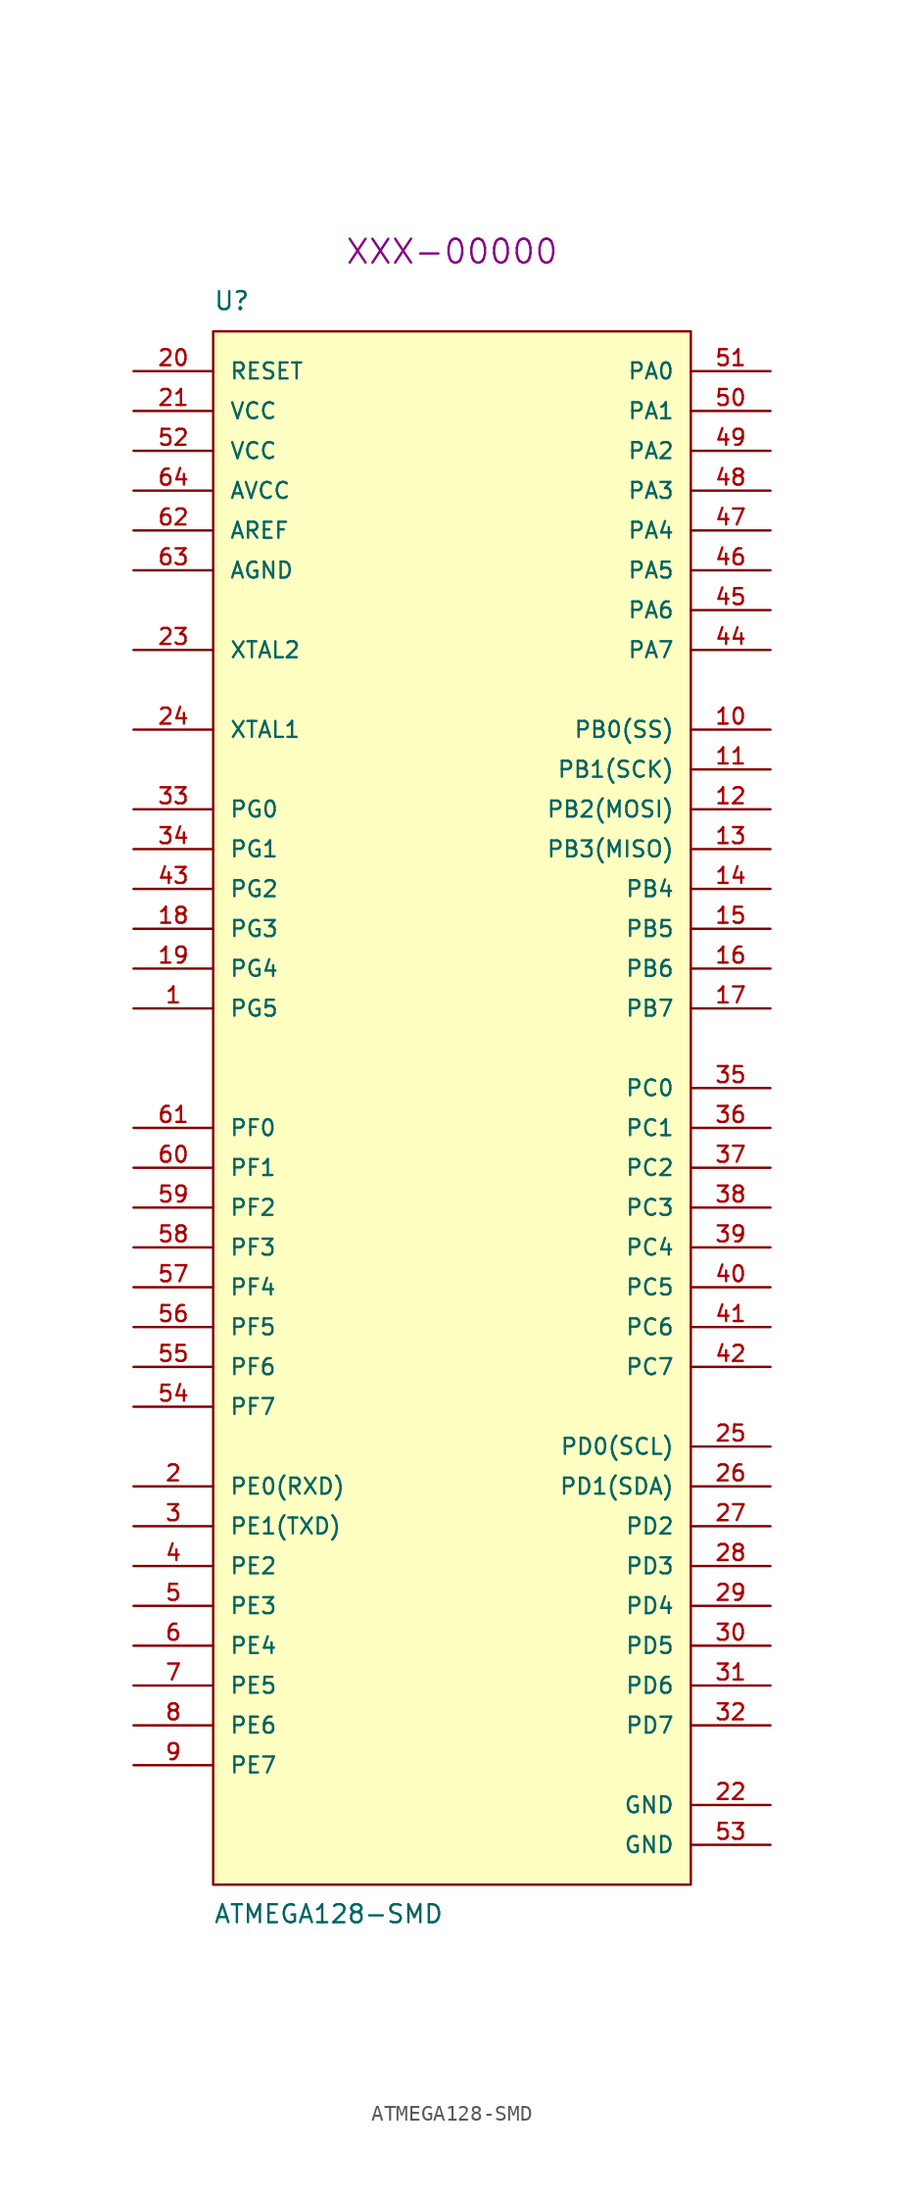
<source format=kicad_sym>
(kicad_symbol_lib
  (version 20201005)
  (generator kicad_symbol_editor)
  (symbol "ATMEGA128-SMD"
    (pin_names
      (offset 1.016))
    (property "Reference" "U"
      (at -15.24 50.8 0)
      (effects (font (size 1.143 1.143)) (justify left bottom)))
    (property "Value" "ATMEGA128-SMD"
      (at -15.24 -52.07 0)
      (effects (font (size 1.143 1.143)) (justify left bottom)))
    (property "Field4" "XXX-00000"
      (at 0 54.61 0)
      (effects (font (size 1.524 1.524))))
    (property "ki_locked" ""
      (at 0 0 0)
      (effects (font (size 1.27 1.27))))
    (symbol "ATMEGA128-SMD_1_1"
      (polyline (pts (xy -15.24 49.53) (xy -15.24 -49.53) (xy 15.24 -49.53) (xy 15.24 49.53) (xy -15.24 49.53)) (stroke (width 0)) (fill (type background)))
      (pin bidirectional line (at -20.32 6.35 0) (length 5.08) (name "PG5" (effects (font (size 1.016 1.016)))) (number "1" (effects (font (size 1.016 1.016)))))
      (pin bidirectional line (at -20.32 -24.13 0) (length 5.08) (name "PE0(RXD)" (effects (font (size 1.016 1.016)))) (number "2" (effects (font (size 1.016 1.016)))))
      (pin bidirectional line (at -20.32 -26.67 0) (length 5.08) (name "PE1(TXD)" (effects (font (size 1.016 1.016)))) (number "3" (effects (font (size 1.016 1.016)))))
      (pin bidirectional line (at -20.32 -29.21 0) (length 5.08) (name "PE2" (effects (font (size 1.016 1.016)))) (number "4" (effects (font (size 1.016 1.016)))))
      (pin bidirectional line (at -20.32 -31.75 0) (length 5.08) (name "PE3" (effects (font (size 1.016 1.016)))) (number "5" (effects (font (size 1.016 1.016)))))
      (pin bidirectional line (at -20.32 -34.29 0) (length 5.08) (name "PE4" (effects (font (size 1.016 1.016)))) (number "6" (effects (font (size 1.016 1.016)))))
      (pin bidirectional line (at -20.32 -36.83 0) (length 5.08) (name "PE5" (effects (font (size 1.016 1.016)))) (number "7" (effects (font (size 1.016 1.016)))))
      (pin bidirectional line (at -20.32 -39.37 0) (length 5.08) (name "PE6" (effects (font (size 1.016 1.016)))) (number "8" (effects (font (size 1.016 1.016)))))
      (pin bidirectional line (at -20.32 -41.91 0) (length 5.08) (name "PE7" (effects (font (size 1.016 1.016)))) (number "9" (effects (font (size 1.016 1.016)))))
      (pin bidirectional line (at 20.32 24.13 180) (length 5.08) (name "PB0(SS)" (effects (font (size 1.016 1.016)))) (number "10" (effects (font (size 1.016 1.016)))))
      (pin bidirectional line (at -20.32 46.99 0) (length 5.08) (name "RESET" (effects (font (size 1.016 1.016)))) (number "20" (effects (font (size 1.016 1.016)))))
      (pin bidirectional line (at 20.32 -34.29 180) (length 5.08) (name "PD5" (effects (font (size 1.016 1.016)))) (number "30" (effects (font (size 1.016 1.016)))))
      (pin bidirectional line (at 20.32 -11.43 180) (length 5.08) (name "PC5" (effects (font (size 1.016 1.016)))) (number "40" (effects (font (size 1.016 1.016)))))
      (pin bidirectional line (at 20.32 44.45 180) (length 5.08) (name "PA1" (effects (font (size 1.016 1.016)))) (number "50" (effects (font (size 1.016 1.016)))))
      (pin bidirectional line (at -20.32 -3.81 0) (length 5.08) (name "PF1" (effects (font (size 1.016 1.016)))) (number "60" (effects (font (size 1.016 1.016)))))
      (pin bidirectional line (at 20.32 21.59 180) (length 5.08) (name "PB1(SCK)" (effects (font (size 1.016 1.016)))) (number "11" (effects (font (size 1.016 1.016)))))
      (pin bidirectional line (at -20.32 44.45 0) (length 5.08) (name "VCC" (effects (font (size 1.016 1.016)))) (number "21" (effects (font (size 1.016 1.016)))))
      (pin bidirectional line (at 20.32 -36.83 180) (length 5.08) (name "PD6" (effects (font (size 1.016 1.016)))) (number "31" (effects (font (size 1.016 1.016)))))
      (pin bidirectional line (at 20.32 -13.97 180) (length 5.08) (name "PC6" (effects (font (size 1.016 1.016)))) (number "41" (effects (font (size 1.016 1.016)))))
      (pin bidirectional line (at 20.32 46.99 180) (length 5.08) (name "PA0" (effects (font (size 1.016 1.016)))) (number "51" (effects (font (size 1.016 1.016)))))
      (pin bidirectional line (at -20.32 -1.27 0) (length 5.08) (name "PF0" (effects (font (size 1.016 1.016)))) (number "61" (effects (font (size 1.016 1.016)))))
      (pin bidirectional line (at 20.32 19.05 180) (length 5.08) (name "PB2(MOSI)" (effects (font (size 1.016 1.016)))) (number "12" (effects (font (size 1.016 1.016)))))
      (pin bidirectional line (at 20.32 -44.45 180) (length 5.08) (name "GND" (effects (font (size 1.016 1.016)))) (number "22" (effects (font (size 1.016 1.016)))))
      (pin bidirectional line (at 20.32 -39.37 180) (length 5.08) (name "PD7" (effects (font (size 1.016 1.016)))) (number "32" (effects (font (size 1.016 1.016)))))
      (pin bidirectional line (at 20.32 -16.51 180) (length 5.08) (name "PC7" (effects (font (size 1.016 1.016)))) (number "42" (effects (font (size 1.016 1.016)))))
      (pin bidirectional line (at -20.32 41.91 0) (length 5.08) (name "VCC" (effects (font (size 1.016 1.016)))) (number "52" (effects (font (size 1.016 1.016)))))
      (pin bidirectional line (at -20.32 36.83 0) (length 5.08) (name "AREF" (effects (font (size 1.016 1.016)))) (number "62" (effects (font (size 1.016 1.016)))))
      (pin bidirectional line (at 20.32 16.51 180) (length 5.08) (name "PB3(MISO)" (effects (font (size 1.016 1.016)))) (number "13" (effects (font (size 1.016 1.016)))))
      (pin bidirectional line (at -20.32 29.21 0) (length 5.08) (name "XTAL2" (effects (font (size 1.016 1.016)))) (number "23" (effects (font (size 1.016 1.016)))))
      (pin bidirectional line (at -20.32 19.05 0) (length 5.08) (name "PG0" (effects (font (size 1.016 1.016)))) (number "33" (effects (font (size 1.016 1.016)))))
      (pin bidirectional line (at -20.32 13.97 0) (length 5.08) (name "PG2" (effects (font (size 1.016 1.016)))) (number "43" (effects (font (size 1.016 1.016)))))
      (pin bidirectional line (at 20.32 -46.99 180) (length 5.08) (name "GND" (effects (font (size 1.016 1.016)))) (number "53" (effects (font (size 1.016 1.016)))))
      (pin bidirectional line (at -20.32 34.29 0) (length 5.08) (name "AGND" (effects (font (size 1.016 1.016)))) (number "63" (effects (font (size 1.016 1.016)))))
      (pin bidirectional line (at 20.32 13.97 180) (length 5.08) (name "PB4" (effects (font (size 1.016 1.016)))) (number "14" (effects (font (size 1.016 1.016)))))
      (pin bidirectional line (at -20.32 24.13 0) (length 5.08) (name "XTAL1" (effects (font (size 1.016 1.016)))) (number "24" (effects (font (size 1.016 1.016)))))
      (pin bidirectional line (at -20.32 16.51 0) (length 5.08) (name "PG1" (effects (font (size 1.016 1.016)))) (number "34" (effects (font (size 1.016 1.016)))))
      (pin bidirectional line (at 20.32 29.21 180) (length 5.08) (name "PA7" (effects (font (size 1.016 1.016)))) (number "44" (effects (font (size 1.016 1.016)))))
      (pin bidirectional line (at -20.32 -19.05 0) (length 5.08) (name "PF7" (effects (font (size 1.016 1.016)))) (number "54" (effects (font (size 1.016 1.016)))))
      (pin bidirectional line (at -20.32 39.37 0) (length 5.08) (name "AVCC" (effects (font (size 1.016 1.016)))) (number "64" (effects (font (size 1.016 1.016)))))
      (pin bidirectional line (at 20.32 11.43 180) (length 5.08) (name "PB5" (effects (font (size 1.016 1.016)))) (number "15" (effects (font (size 1.016 1.016)))))
      (pin bidirectional line (at 20.32 -21.59 180) (length 5.08) (name "PD0(SCL)" (effects (font (size 1.016 1.016)))) (number "25" (effects (font (size 1.016 1.016)))))
      (pin bidirectional line (at 20.32 1.27 180) (length 5.08) (name "PC0" (effects (font (size 1.016 1.016)))) (number "35" (effects (font (size 1.016 1.016)))))
      (pin bidirectional line (at 20.32 31.75 180) (length 5.08) (name "PA6" (effects (font (size 1.016 1.016)))) (number "45" (effects (font (size 1.016 1.016)))))
      (pin bidirectional line (at -20.32 -16.51 0) (length 5.08) (name "PF6" (effects (font (size 1.016 1.016)))) (number "55" (effects (font (size 1.016 1.016)))))
      (pin bidirectional line (at 20.32 8.89 180) (length 5.08) (name "PB6" (effects (font (size 1.016 1.016)))) (number "16" (effects (font (size 1.016 1.016)))))
      (pin bidirectional line (at 20.32 -24.13 180) (length 5.08) (name "PD1(SDA)" (effects (font (size 1.016 1.016)))) (number "26" (effects (font (size 1.016 1.016)))))
      (pin bidirectional line (at 20.32 -1.27 180) (length 5.08) (name "PC1" (effects (font (size 1.016 1.016)))) (number "36" (effects (font (size 1.016 1.016)))))
      (pin bidirectional line (at 20.32 34.29 180) (length 5.08) (name "PA5" (effects (font (size 1.016 1.016)))) (number "46" (effects (font (size 1.016 1.016)))))
      (pin bidirectional line (at -20.32 -13.97 0) (length 5.08) (name "PF5" (effects (font (size 1.016 1.016)))) (number "56" (effects (font (size 1.016 1.016)))))
      (pin bidirectional line (at 20.32 6.35 180) (length 5.08) (name "PB7" (effects (font (size 1.016 1.016)))) (number "17" (effects (font (size 1.016 1.016)))))
      (pin bidirectional line (at 20.32 -26.67 180) (length 5.08) (name "PD2" (effects (font (size 1.016 1.016)))) (number "27" (effects (font (size 1.016 1.016)))))
      (pin bidirectional line (at 20.32 -3.81 180) (length 5.08) (name "PC2" (effects (font (size 1.016 1.016)))) (number "37" (effects (font (size 1.016 1.016)))))
      (pin bidirectional line (at 20.32 36.83 180) (length 5.08) (name "PA4" (effects (font (size 1.016 1.016)))) (number "47" (effects (font (size 1.016 1.016)))))
      (pin bidirectional line (at -20.32 -11.43 0) (length 5.08) (name "PF4" (effects (font (size 1.016 1.016)))) (number "57" (effects (font (size 1.016 1.016)))))
      (pin bidirectional line (at -20.32 11.43 0) (length 5.08) (name "PG3" (effects (font (size 1.016 1.016)))) (number "18" (effects (font (size 1.016 1.016)))))
      (pin bidirectional line (at 20.32 -29.21 180) (length 5.08) (name "PD3" (effects (font (size 1.016 1.016)))) (number "28" (effects (font (size 1.016 1.016)))))
      (pin bidirectional line (at 20.32 -6.35 180) (length 5.08) (name "PC3" (effects (font (size 1.016 1.016)))) (number "38" (effects (font (size 1.016 1.016)))))
      (pin bidirectional line (at 20.32 39.37 180) (length 5.08) (name "PA3" (effects (font (size 1.016 1.016)))) (number "48" (effects (font (size 1.016 1.016)))))
      (pin bidirectional line (at -20.32 -8.89 0) (length 5.08) (name "PF3" (effects (font (size 1.016 1.016)))) (number "58" (effects (font (size 1.016 1.016)))))
      (pin bidirectional line (at -20.32 8.89 0) (length 5.08) (name "PG4" (effects (font (size 1.016 1.016)))) (number "19" (effects (font (size 1.016 1.016)))))
      (pin bidirectional line (at 20.32 -31.75 180) (length 5.08) (name "PD4" (effects (font (size 1.016 1.016)))) (number "29" (effects (font (size 1.016 1.016)))))
      (pin bidirectional line (at 20.32 -8.89 180) (length 5.08) (name "PC4" (effects (font (size 1.016 1.016)))) (number "39" (effects (font (size 1.016 1.016)))))
      (pin bidirectional line (at 20.32 41.91 180) (length 5.08) (name "PA2" (effects (font (size 1.016 1.016)))) (number "49" (effects (font (size 1.016 1.016)))))
      (pin bidirectional line (at -20.32 -6.35 0) (length 5.08) (name "PF2" (effects (font (size 1.016 1.016)))) (number "59" (effects (font (size 1.016 1.016))))))))
</source>
